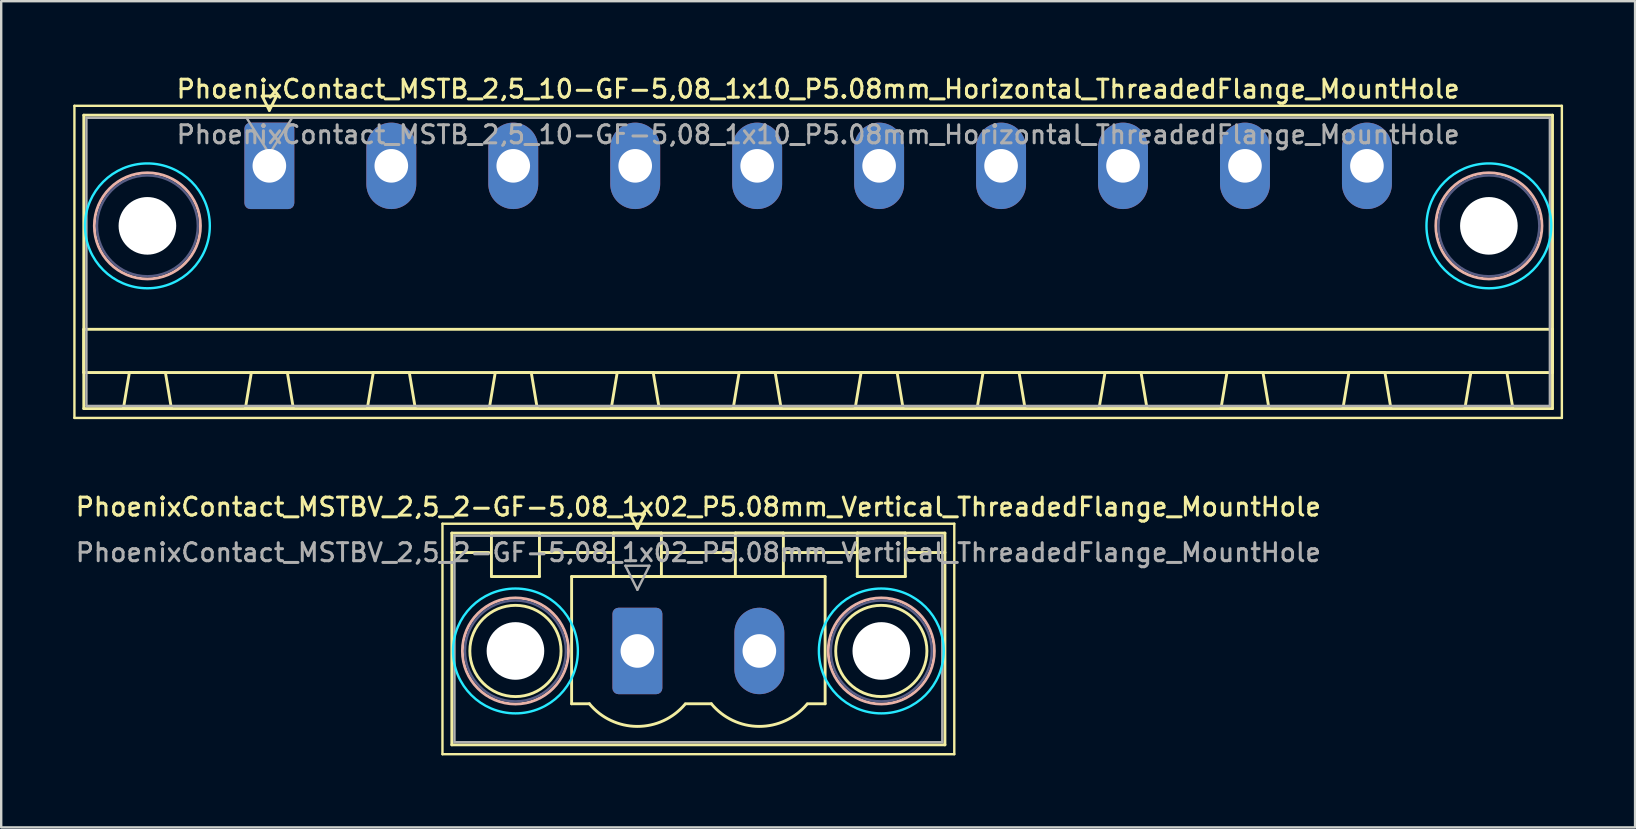
<source format=kicad_pcb>
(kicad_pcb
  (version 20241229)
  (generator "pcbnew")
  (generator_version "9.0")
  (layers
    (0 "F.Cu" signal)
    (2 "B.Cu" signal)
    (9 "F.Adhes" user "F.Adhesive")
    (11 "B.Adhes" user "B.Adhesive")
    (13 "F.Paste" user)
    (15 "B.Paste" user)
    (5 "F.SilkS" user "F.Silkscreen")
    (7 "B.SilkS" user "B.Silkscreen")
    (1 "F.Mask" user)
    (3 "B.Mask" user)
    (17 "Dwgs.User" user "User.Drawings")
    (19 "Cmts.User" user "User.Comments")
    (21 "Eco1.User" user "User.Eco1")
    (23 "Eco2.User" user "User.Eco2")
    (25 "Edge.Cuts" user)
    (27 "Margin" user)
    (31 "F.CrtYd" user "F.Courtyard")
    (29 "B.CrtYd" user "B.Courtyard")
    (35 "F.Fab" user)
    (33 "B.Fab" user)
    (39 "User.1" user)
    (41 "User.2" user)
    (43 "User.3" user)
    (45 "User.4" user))
  (footprint "PhoenixContact_MSTB_2,5_10-GF-5,08_1x10_P5.08mm_Horizontal_ThreadedFlange_MountHole"
    (layer "F.Cu")
    (at 8.17 3.858)
    (property "Reference" "PhoenixContact_MSTB_2,5_10-GF-5,08_1x10_P5.08mm_Horizontal_ThreadedFlange_MountHole" (at 22.86 -3.2 0) (layer "F.SilkS") (effects (font (size 0.75 0.75) (thickness 0.125))))
    (attr through_hole)
    (fp_line (start -8.12 -2.5) (end -8.12 10.5) (stroke (width 0.1) (type solid)) (layer "F.SilkS"))
    (fp_line (start -8.12 10.5) (end 53.84 10.5) (stroke (width 0.1) (type solid)) (layer "F.SilkS"))
    (fp_line (start -7.73 -2.11) (end -7.73 10.11) (stroke (width 0.12) (type solid)) (layer "F.SilkS"))
    (fp_line (start -7.73 6.81) (end 53.45 6.81) (stroke (width 0.12) (type solid)) (layer "F.SilkS"))
    (fp_line (start -7.73 8.61) (end -7.73 6.81) (stroke (width 0.12) (type solid)) (layer "F.SilkS"))
    (fp_line (start -7.73 10.11) (end 53.45 10.11) (stroke (width 0.12) (type solid)) (layer "F.SilkS"))
    (fp_line (start -6.08 10.11) (end -4.08 10.11) (stroke (width 0.12) (type solid)) (layer "F.SilkS"))
    (fp_line (start -5.83 8.61) (end -6.08 10.11) (stroke (width 0.12) (type solid)) (layer "F.SilkS"))
    (fp_line (start -4.33 8.61) (end -5.83 8.61) (stroke (width 0.12) (type solid)) (layer "F.SilkS"))
    (fp_line (start -4.08 10.11) (end -4.33 8.61) (stroke (width 0.12) (type solid)) (layer "F.SilkS"))
    (fp_line (start -1 10.11) (end 1 10.11) (stroke (width 0.12) (type solid)) (layer "F.SilkS"))
    (fp_line (start -0.75 8.61) (end -1 10.11) (stroke (width 0.12) (type solid)) (layer "F.SilkS"))
    (fp_line (start -0.3 -2.91) (end 0.3 -2.91) (stroke (width 0.12) (type solid)) (layer "F.SilkS"))
    (fp_line (start 0 -2.31) (end -0.3 -2.91) (stroke (width 0.12) (type solid)) (layer "F.SilkS"))
    (fp_line (start 0.3 -2.91) (end 0 -2.31) (stroke (width 0.12) (type solid)) (layer "F.SilkS"))
    (fp_line (start 0.75 8.61) (end -0.75 8.61) (stroke (width 0.12) (type solid)) (layer "F.SilkS"))
    (fp_line (start 1 10.11) (end 0.75 8.61) (stroke (width 0.12) (type solid)) (layer "F.SilkS"))
    (fp_line (start 4.08 10.11) (end 6.08 10.11) (stroke (width 0.12) (type solid)) (layer "F.SilkS"))
    (fp_line (start 4.33 8.61) (end 4.08 10.11) (stroke (width 0.12) (type solid)) (layer "F.SilkS"))
    (fp_line (start 5.83 8.61) (end 4.33 8.61) (stroke (width 0.12) (type solid)) (layer "F.SilkS"))
    (fp_line (start 6.08 10.11) (end 5.83 8.61) (stroke (width 0.12) (type solid)) (layer "F.SilkS"))
    (fp_line (start 9.16 10.11) (end 11.16 10.11) (stroke (width 0.12) (type solid)) (layer "F.SilkS"))
    (fp_line (start 9.41 8.61) (end 9.16 10.11) (stroke (width 0.12) (type solid)) (layer "F.SilkS"))
    (fp_line (start 10.91 8.61) (end 9.41 8.61) (stroke (width 0.12) (type solid)) (layer "F.SilkS"))
    (fp_line (start 11.16 10.11) (end 10.91 8.61) (stroke (width 0.12) (type solid)) (layer "F.SilkS"))
    (fp_line (start 14.24 10.11) (end 16.24 10.11) (stroke (width 0.12) (type solid)) (layer "F.SilkS"))
    (fp_line (start 14.49 8.61) (end 14.24 10.11) (stroke (width 0.12) (type solid)) (layer "F.SilkS"))
    (fp_line (start 15.99 8.61) (end 14.49 8.61) (stroke (width 0.12) (type solid)) (layer "F.SilkS"))
    (fp_line (start 16.24 10.11) (end 15.99 8.61) (stroke (width 0.12) (type solid)) (layer "F.SilkS"))
    (fp_line (start 19.32 10.11) (end 21.32 10.11) (stroke (width 0.12) (type solid)) (layer "F.SilkS"))
    (fp_line (start 19.57 8.61) (end 19.32 10.11) (stroke (width 0.12) (type solid)) (layer "F.SilkS"))
    (fp_line (start 21.07 8.61) (end 19.57 8.61) (stroke (width 0.12) (type solid)) (layer "F.SilkS"))
    (fp_line (start 21.32 10.11) (end 21.07 8.61) (stroke (width 0.12) (type solid)) (layer "F.SilkS"))
    (fp_line (start 24.4 10.11) (end 26.4 10.11) (stroke (width 0.12) (type solid)) (layer "F.SilkS"))
    (fp_line (start 24.65 8.61) (end 24.4 10.11) (stroke (width 0.12) (type solid)) (layer "F.SilkS"))
    (fp_line (start 26.15 8.61) (end 24.65 8.61) (stroke (width 0.12) (type solid)) (layer "F.SilkS"))
    (fp_line (start 26.4 10.11) (end 26.15 8.61) (stroke (width 0.12) (type solid)) (layer "F.SilkS"))
    (fp_line (start 29.48 10.11) (end 31.48 10.11) (stroke (width 0.12) (type solid)) (layer "F.SilkS"))
    (fp_line (start 29.73 8.61) (end 29.48 10.11) (stroke (width 0.12) (type solid)) (layer "F.SilkS"))
    (fp_line (start 31.23 8.61) (end 29.73 8.61) (stroke (width 0.12) (type solid)) (layer "F.SilkS"))
    (fp_line (start 31.48 10.11) (end 31.23 8.61) (stroke (width 0.12) (type solid)) (layer "F.SilkS"))
    (fp_line (start 34.56 10.11) (end 36.56 10.11) (stroke (width 0.12) (type solid)) (layer "F.SilkS"))
    (fp_line (start 34.81 8.61) (end 34.56 10.11) (stroke (width 0.12) (type solid)) (layer "F.SilkS"))
    (fp_line (start 36.31 8.61) (end 34.81 8.61) (stroke (width 0.12) (type solid)) (layer "F.SilkS"))
    (fp_line (start 36.56 10.11) (end 36.31 8.61) (stroke (width 0.12) (type solid)) (layer "F.SilkS"))
    (fp_line (start 39.64 10.11) (end 41.64 10.11) (stroke (width 0.12) (type solid)) (layer "F.SilkS"))
    (fp_line (start 39.89 8.61) (end 39.64 10.11) (stroke (width 0.12) (type solid)) (layer "F.SilkS"))
    (fp_line (start 41.39 8.61) (end 39.89 8.61) (stroke (width 0.12) (type solid)) (layer "F.SilkS"))
    (fp_line (start 41.64 10.11) (end 41.39 8.61) (stroke (width 0.12) (type solid)) (layer "F.SilkS"))
    (fp_line (start 44.72 10.11) (end 46.72 10.11) (stroke (width 0.12) (type solid)) (layer "F.SilkS"))
    (fp_line (start 44.97 8.61) (end 44.72 10.11) (stroke (width 0.12) (type solid)) (layer "F.SilkS"))
    (fp_line (start 46.47 8.61) (end 44.97 8.61) (stroke (width 0.12) (type solid)) (layer "F.SilkS"))
    (fp_line (start 46.72 10.11) (end 46.47 8.61) (stroke (width 0.12) (type solid)) (layer "F.SilkS"))
    (fp_line (start 49.8 10.11) (end 51.8 10.11) (stroke (width 0.12) (type solid)) (layer "F.SilkS"))
    (fp_line (start 50.05 8.61) (end 49.8 10.11) (stroke (width 0.12) (type solid)) (layer "F.SilkS"))
    (fp_line (start 51.55 8.61) (end 50.05 8.61) (stroke (width 0.12) (type solid)) (layer "F.SilkS"))
    (fp_line (start 51.8 10.11) (end 51.55 8.61) (stroke (width 0.12) (type solid)) (layer "F.SilkS"))
    (fp_line (start 53.45 -2.11) (end -7.73 -2.11) (stroke (width 0.12) (type solid)) (layer "F.SilkS"))
    (fp_line (start 53.45 6.81) (end 53.45 8.61) (stroke (width 0.12) (type solid)) (layer "F.SilkS"))
    (fp_line (start 53.45 8.61) (end -7.73 8.61) (stroke (width 0.12) (type solid)) (layer "F.SilkS"))
    (fp_line (start 53.45 10.11) (end 53.45 -2.11) (stroke (width 0.12) (type solid)) (layer "F.SilkS"))
    (fp_line (start 53.84 -2.5) (end -8.12 -2.5) (stroke (width 0.1) (type solid)) (layer "F.SilkS"))
    (fp_line (start 53.84 10.5) (end 53.84 -2.5) (stroke (width 0.1) (type solid)) (layer "F.SilkS"))
    (fp_circle (center -5.08 2.5) (end -2.87 2.5) (stroke (width 0.12) (type solid)) (fill no) (layer "B.SilkS"))
    (fp_circle (center 50.8 2.5) (end 53.01 2.5) (stroke (width 0.12) (type solid)) (fill no) (layer "B.SilkS"))
    (fp_circle (center -5.08 2.5) (end -2.48 2.5) (stroke (width 0.1) (type solid)) (fill no) (layer "B.CrtYd"))
    (fp_circle (center 50.8 2.5) (end 53.4 2.5) (stroke (width 0.1) (type solid)) (fill no) (layer "B.CrtYd"))
    (fp_circle (center -5.08 2.5) (end -2.98 2.5) (stroke (width 0.1) (type solid)) (fill no) (layer "B.Fab"))
    (fp_circle (center 50.8 2.5) (end 52.9 2.5) (stroke (width 0.1) (type solid)) (fill no) (layer "B.Fab"))
    (fp_line (start -7.62 -2) (end -7.62 10) (stroke (width 0.1) (type solid)) (layer "F.Fab"))
    (fp_line (start -7.62 10) (end 53.34 10) (stroke (width 0.1) (type solid)) (layer "F.Fab"))
    (fp_line (start 0 -0.5) (end -0.95 -2) (stroke (width 0.1) (type solid)) (layer "F.Fab"))
    (fp_line (start 0.95 -2) (end 0 -0.5) (stroke (width 0.1) (type solid)) (layer "F.Fab"))
    (fp_line (start 53.34 -2) (end -7.62 -2) (stroke (width 0.1) (type solid)) (layer "F.Fab"))
    (fp_line (start 53.34 10) (end 53.34 -2) (stroke (width 0.1) (type solid)) (layer "F.Fab"))
    (fp_text user "${REFERENCE}" (at 22.86 -1.3 0) (layer "F.Fab") (effects (font (size 0.75 0.75) (thickness 0.125))))
    (pad "" np_thru_hole circle (at -5.08 2.5) (size 2.4 2.4) (drill 2.4) (layers "*.Cu" "*.Mask"))
    (pad "" np_thru_hole circle (at 50.8 2.5) (size 2.4 2.4) (drill 2.4) (layers "*.Cu" "*.Mask"))
    (pad "1" thru_hole roundrect (at 0 0) (size 2.08 3.6) (drill 1.4) (layers "*.Cu" "*.Mask") (roundrect_rratio 0.12))
    (pad "2" thru_hole oval (at 5.08 0) (size 2.08 3.6) (drill 1.4) (layers "*.Cu" "*.Mask"))
    (pad "3" thru_hole oval (at 10.16 0) (size 2.08 3.6) (drill 1.4) (layers "*.Cu" "*.Mask"))
    (pad "4" thru_hole oval (at 15.24 0) (size 2.08 3.6) (drill 1.4) (layers "*.Cu" "*.Mask"))
    (pad "5" thru_hole oval (at 20.32 0) (size 2.08 3.6) (drill 1.4) (layers "*.Cu" "*.Mask"))
    (pad "6" thru_hole oval (at 25.4 0) (size 2.08 3.6) (drill 1.4) (layers "*.Cu" "*.Mask"))
    (pad "7" thru_hole oval (at 30.48 0) (size 2.08 3.6) (drill 1.4) (layers "*.Cu" "*.Mask"))
    (pad "8" thru_hole oval (at 35.56 0) (size 2.08 3.6) (drill 1.4) (layers "*.Cu" "*.Mask"))
    (pad "9" thru_hole oval (at 40.64 0) (size 2.08 3.6) (drill 1.4) (layers "*.Cu" "*.Mask"))
    (pad "10" thru_hole oval (at 45.72 0) (size 2.08 3.6) (drill 1.4) (layers "*.Cu" "*.Mask")))
  (footprint "PhoenixContact_MSTBV_2,5_2-GF-5,08_1x02_P5.08mm_Vertical_ThreadedFlange_MountHole"
    (layer "F.Cu")
    (at 23.501 24.066)
    (property "Reference" "PhoenixContact_MSTBV_2,5_2-GF-5,08_1x02_P5.08mm_Vertical_ThreadedFlange_MountHole" (at 2.54 -6 0) (layer "F.SilkS") (effects (font (size 0.75 0.75) (thickness 0.125))))
    (attr through_hole)
    (fp_line (start -8.12 -5.3) (end -8.12 4.3) (stroke (width 0.1) (type solid)) (layer "F.SilkS"))
    (fp_line (start -8.12 4.3) (end 13.2 4.3) (stroke (width 0.1) (type solid)) (layer "F.SilkS"))
    (fp_line (start -7.73 -4.91) (end -7.73 3.91) (stroke (width 0.12) (type solid)) (layer "F.SilkS"))
    (fp_line (start -7.73 -4.1) (end -6.19 -4.1) (stroke (width 0.12) (type solid)) (layer "F.SilkS"))
    (fp_line (start -7.73 3.91) (end 12.81 3.91) (stroke (width 0.12) (type solid)) (layer "F.SilkS"))
    (fp_line (start -6.08 -4.91) (end -4.08 -4.91) (stroke (width 0.12) (type solid)) (layer "F.SilkS"))
    (fp_line (start -6.08 -3.1) (end -6.08 -4.91) (stroke (width 0.12) (type solid)) (layer "F.SilkS"))
    (fp_line (start -4.08 -4.91) (end -4.08 -3.1) (stroke (width 0.12) (type solid)) (layer "F.SilkS"))
    (fp_line (start -4.08 -4.1) (end -1 -4.1) (stroke (width 0.12) (type solid)) (layer "F.SilkS"))
    (fp_line (start -4.08 -3.1) (end -6.08 -3.1) (stroke (width 0.12) (type solid)) (layer "F.SilkS"))
    (fp_line (start -2.74 -3.1) (end 7.82 -3.1) (stroke (width 0.12) (type solid)) (layer "F.SilkS"))
    (fp_line (start -2.74 2.2) (end -2.74 -3.1) (stroke (width 0.12) (type solid)) (layer "F.SilkS"))
    (fp_line (start -2 2.2) (end -2.74 2.2) (stroke (width 0.12) (type solid)) (layer "F.SilkS"))
    (fp_line (start -1 -4.91) (end 1 -4.91) (stroke (width 0.12) (type solid)) (layer "F.SilkS"))
    (fp_line (start -1 -3.1) (end -1 -4.91) (stroke (width 0.12) (type solid)) (layer "F.SilkS"))
    (fp_line (start -0.3 -5.71) (end 0.3 -5.71) (stroke (width 0.12) (type solid)) (layer "F.SilkS"))
    (fp_line (start 0 -5.11) (end -0.3 -5.71) (stroke (width 0.12) (type solid)) (layer "F.SilkS"))
    (fp_line (start 0.3 -5.71) (end 0 -5.11) (stroke (width 0.12) (type solid)) (layer "F.SilkS"))
    (fp_line (start 1 -4.91) (end 1 -3.1) (stroke (width 0.12) (type solid)) (layer "F.SilkS"))
    (fp_line (start 1 -4.1) (end 4.08 -4.1) (stroke (width 0.12) (type solid)) (layer "F.SilkS"))
    (fp_line (start 1 -3.1) (end -1 -3.1) (stroke (width 0.12) (type solid)) (layer "F.SilkS"))
    (fp_line (start 2 2.2) (end 3.08 2.2) (stroke (width 0.12) (type solid)) (layer "F.SilkS"))
    (fp_line (start 4.08 -4.91) (end 6.08 -4.91) (stroke (width 0.12) (type solid)) (layer "F.SilkS"))
    (fp_line (start 4.08 -3.1) (end 4.08 -4.91) (stroke (width 0.12) (type solid)) (layer "F.SilkS"))
    (fp_line (start 6.08 -4.91) (end 6.08 -3.1) (stroke (width 0.12) (type solid)) (layer "F.SilkS"))
    (fp_line (start 6.08 -4.1) (end 9.16 -4.1) (stroke (width 0.12) (type solid)) (layer "F.SilkS"))
    (fp_line (start 6.08 -3.1) (end 4.08 -3.1) (stroke (width 0.12) (type solid)) (layer "F.SilkS"))
    (fp_line (start 7.82 -3.1) (end 7.82 2.2) (stroke (width 0.12) (type solid)) (layer "F.SilkS"))
    (fp_line (start 7.82 2.2) (end 7.08 2.2) (stroke (width 0.12) (type solid)) (layer "F.SilkS"))
    (fp_line (start 9.16 -4.91) (end 11.16 -4.91) (stroke (width 0.12) (type solid)) (layer "F.SilkS"))
    (fp_line (start 9.16 -3.1) (end 9.16 -4.91) (stroke (width 0.12) (type solid)) (layer "F.SilkS"))
    (fp_line (start 11.16 -4.91) (end 11.16 -3.1) (stroke (width 0.12) (type solid)) (layer "F.SilkS"))
    (fp_line (start 11.16 -3.1) (end 9.16 -3.1) (stroke (width 0.12) (type solid)) (layer "F.SilkS"))
    (fp_line (start 12.81 -4.91) (end -7.73 -4.91) (stroke (width 0.12) (type solid)) (layer "F.SilkS"))
    (fp_line (start 12.81 -4.1) (end 11.27 -4.1) (stroke (width 0.12) (type solid)) (layer "F.SilkS"))
    (fp_line (start 12.81 3.91) (end 12.81 -4.91) (stroke (width 0.12) (type solid)) (layer "F.SilkS"))
    (fp_line (start 13.2 -5.3) (end -8.12 -5.3) (stroke (width 0.1) (type solid)) (layer "F.SilkS"))
    (fp_line (start 13.2 4.3) (end 13.2 -5.3) (stroke (width 0.1) (type solid)) (layer "F.SilkS"))
    (fp_arc (start 1.986842 2.215821) (mid -0.010289 3.142758) (end -2 2.2) (stroke (width 0.12) (type solid)) (layer "F.SilkS"))
    (fp_arc (start 7.066842 2.215821) (mid 5.069711 3.142758) (end 3.08 2.2) (stroke (width 0.12) (type solid)) (layer "F.SilkS"))
    (fp_circle (center -5.08 0) (end -3.18 0) (stroke (width 0.12) (type solid)) (fill no) (layer "F.SilkS"))
    (fp_circle (center 10.16 0) (end 12.06 0) (stroke (width 0.12) (type solid)) (fill no) (layer "F.SilkS"))
    (fp_circle (center -5.08 0) (end -2.87 0) (stroke (width 0.12) (type solid)) (fill no) (layer "B.SilkS"))
    (fp_circle (center 10.16 0) (end 12.37 0) (stroke (width 0.12) (type solid)) (fill no) (layer "B.SilkS"))
    (fp_circle (center -5.08 0) (end -2.48 0) (stroke (width 0.1) (type solid)) (fill no) (layer "B.CrtYd"))
    (fp_circle (center 10.16 0) (end 12.76 0) (stroke (width 0.1) (type solid)) (fill no) (layer "B.CrtYd"))
    (fp_circle (center -5.08 0) (end -2.98 0) (stroke (width 0.1) (type solid)) (fill no) (layer "B.Fab"))
    (fp_circle (center 10.16 0) (end 12.26 0) (stroke (width 0.1) (type solid)) (fill no) (layer "B.Fab"))
    (fp_line (start -7.62 -4.8) (end -7.62 3.8) (stroke (width 0.1) (type solid)) (layer "F.Fab"))
    (fp_line (start -7.62 3.8) (end 12.7 3.8) (stroke (width 0.1) (type solid)) (layer "F.Fab"))
    (fp_line (start -0.5 -3.55) (end 0.5 -3.55) (stroke (width 0.1) (type solid)) (layer "F.Fab"))
    (fp_line (start 0 -2.55) (end -0.5 -3.55) (stroke (width 0.1) (type solid)) (layer "F.Fab"))
    (fp_line (start 0.5 -3.55) (end 0 -2.55) (stroke (width 0.1) (type solid)) (layer "F.Fab"))
    (fp_line (start 12.7 -4.8) (end -7.62 -4.8) (stroke (width 0.1) (type solid)) (layer "F.Fab"))
    (fp_line (start 12.7 3.8) (end 12.7 -4.8) (stroke (width 0.1) (type solid)) (layer "F.Fab"))
    (fp_text user "${REFERENCE}" (at 2.54 -4.1 0) (layer "F.Fab") (effects (font (size 0.75 0.75) (thickness 0.125))))
    (pad "" np_thru_hole circle (at -5.08 0) (size 2.4 2.4) (drill 2.4) (layers "*.Cu" "*.Mask"))
    (pad "" np_thru_hole circle (at 10.16 0) (size 2.4 2.4) (drill 2.4) (layers "*.Cu" "*.Mask"))
    (pad "1" thru_hole roundrect (at 0 0) (size 2.08 3.6) (drill 1.4) (layers "*.Cu" "*.Mask") (roundrect_rratio 0.12))
    (pad "2" thru_hole oval (at 5.08 0) (size 2.08 3.6) (drill 1.4) (layers "*.Cu" "*.Mask")))
  (gr_rect
    (start -3 -3)
    (end 65.06 31.416)
    (stroke (width 0.1) (type default))
    (fill no)
    (layer "Edge.Cuts")))
</source>
